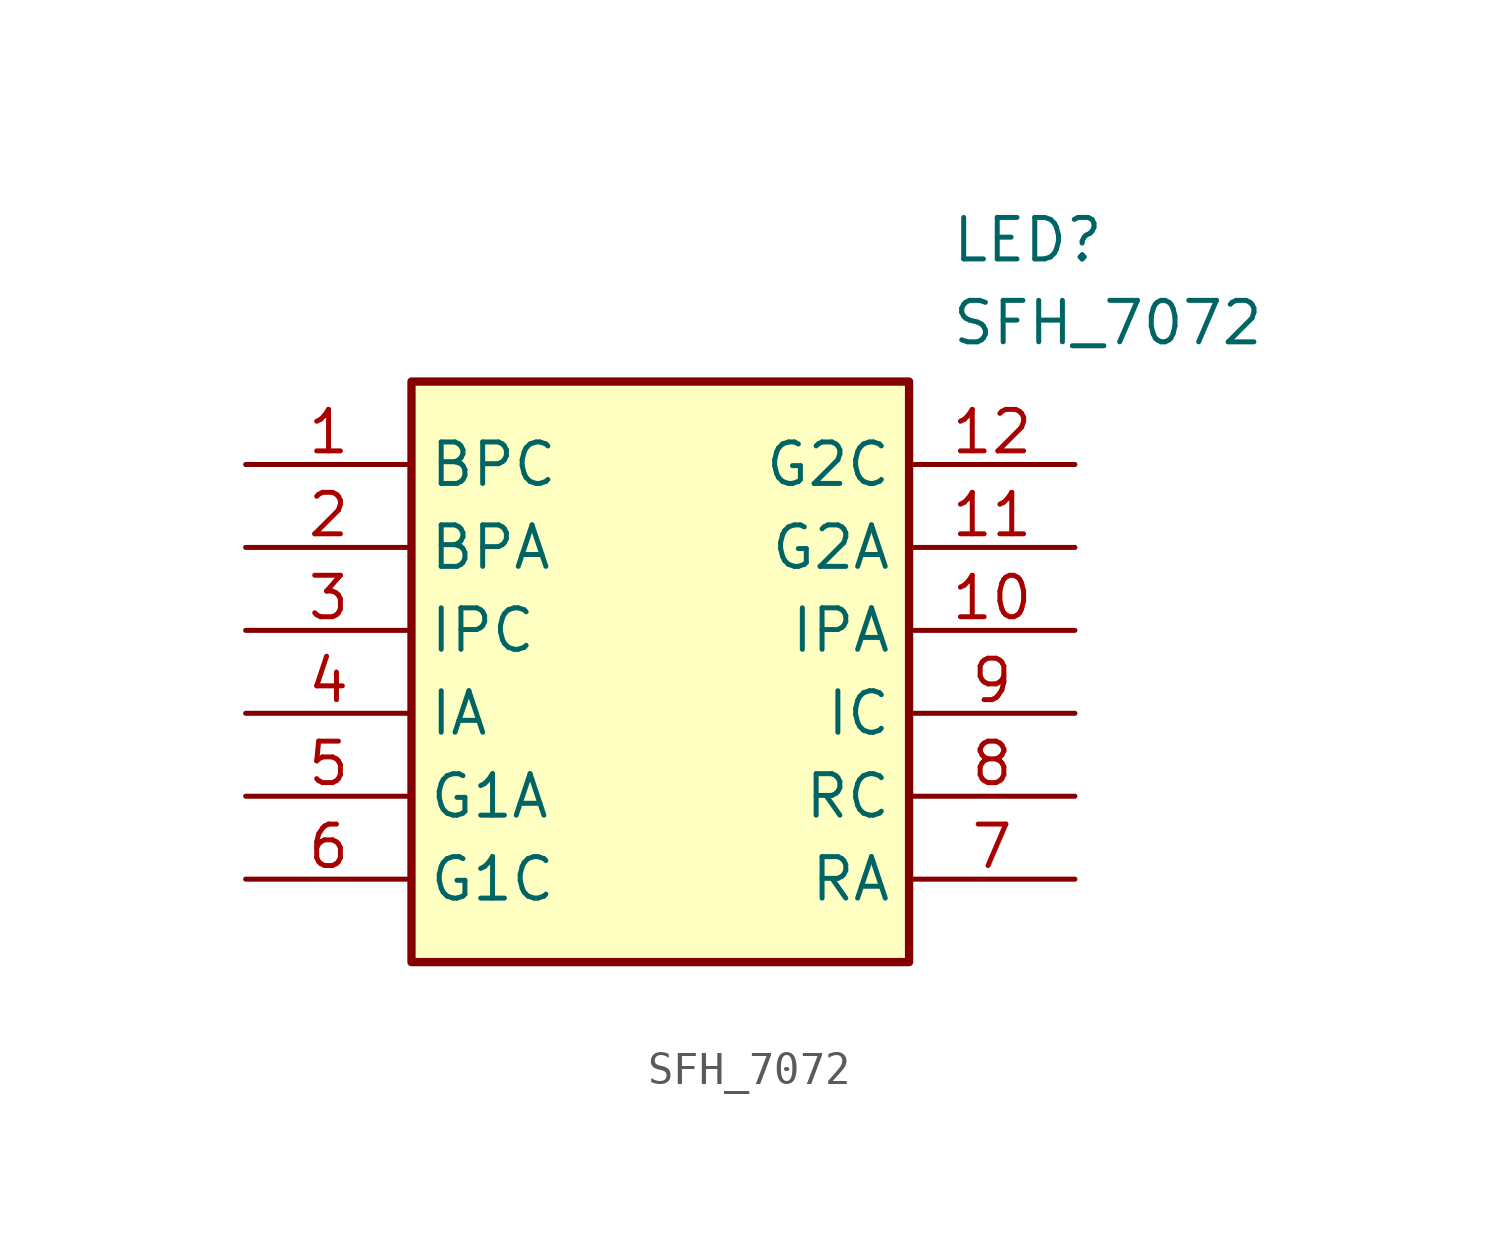
<source format=kicad_sym>
(kicad_symbol_lib
  (version 20211014)
  (generator SamacSys_ECAD_Model)
  (symbol "SFH_7072"
    (property "Reference" "LED"
      (at 21.59 7.62 0)
      (effects (font (size 1.27 1.27)) (justify left top)))
    (property "Value" "SFH_7072"
      (at 21.59 5.08 0)
      (effects (font (size 1.27 1.27)) (justify left top)))
    (rectangle
      (start 5.08 2.54)
      (end 20.32 -15.24)
      (stroke (width 0.254) (type default))
      (fill (type background)))
    (pin passive line
      (at 0 0 0)
      (length 5.08)
      (name "BPC" (effects (font (size 1.27 1.27))))
      (number "1" (effects (font (size 1.27 1.27)))))
    (pin passive line
      (at 0 -2.54 0)
      (length 5.08)
      (name "BPA" (effects (font (size 1.27 1.27))))
      (number "2" (effects (font (size 1.27 1.27)))))
    (pin passive line
      (at 0 -5.08 0)
      (length 5.08)
      (name "IPC" (effects (font (size 1.27 1.27))))
      (number "3" (effects (font (size 1.27 1.27)))))
    (pin passive line
      (at 0 -7.62 0)
      (length 5.08)
      (name "IA" (effects (font (size 1.27 1.27))))
      (number "4" (effects (font (size 1.27 1.27)))))
    (pin passive line
      (at 0 -10.16 0)
      (length 5.08)
      (name "G1A" (effects (font (size 1.27 1.27))))
      (number "5" (effects (font (size 1.27 1.27)))))
    (pin passive line
      (at 0 -12.7 0)
      (length 5.08)
      (name "G1C" (effects (font (size 1.27 1.27))))
      (number "6" (effects (font (size 1.27 1.27)))))
    (pin passive line
      (at 25.4 -12.7 180)
      (length 5.08)
      (name "RA" (effects (font (size 1.27 1.27))))
      (number "7" (effects (font (size 1.27 1.27)))))
    (pin passive line
      (at 25.4 -10.16 180)
      (length 5.08)
      (name "RC" (effects (font (size 1.27 1.27))))
      (number "8" (effects (font (size 1.27 1.27)))))
    (pin passive line
      (at 25.4 -7.62 180)
      (length 5.08)
      (name "IC" (effects (font (size 1.27 1.27))))
      (number "9" (effects (font (size 1.27 1.27)))))
    (pin passive line
      (at 25.4 -5.08 180)
      (length 5.08)
      (name "IPA" (effects (font (size 1.27 1.27))))
      (number "10" (effects (font (size 1.27 1.27)))))
    (pin passive line
      (at 25.4 -2.54 180)
      (length 5.08)
      (name "G2A" (effects (font (size 1.27 1.27))))
      (number "11" (effects (font (size 1.27 1.27)))))
    (pin passive line
      (at 25.4 0 180)
      (length 5.08)
      (name "G2C" (effects (font (size 1.27 1.27))))
      (number "12" (effects (font (size 1.27 1.27)))))))
</source>
